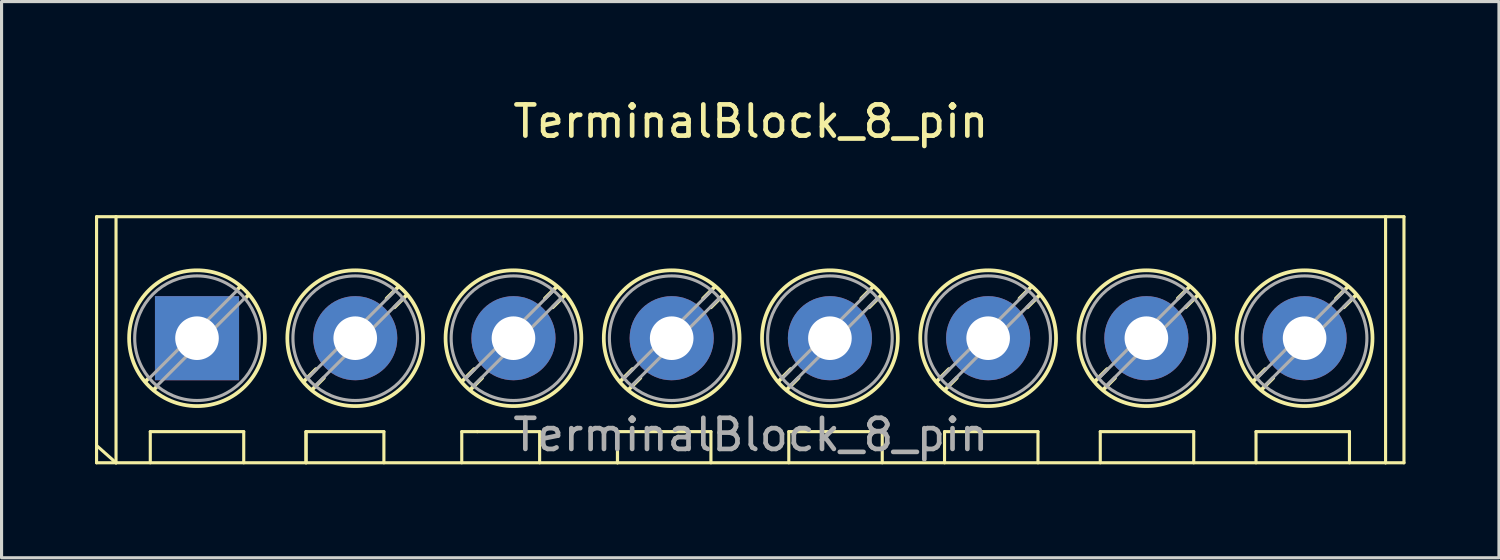
<source format=kicad_pcb>
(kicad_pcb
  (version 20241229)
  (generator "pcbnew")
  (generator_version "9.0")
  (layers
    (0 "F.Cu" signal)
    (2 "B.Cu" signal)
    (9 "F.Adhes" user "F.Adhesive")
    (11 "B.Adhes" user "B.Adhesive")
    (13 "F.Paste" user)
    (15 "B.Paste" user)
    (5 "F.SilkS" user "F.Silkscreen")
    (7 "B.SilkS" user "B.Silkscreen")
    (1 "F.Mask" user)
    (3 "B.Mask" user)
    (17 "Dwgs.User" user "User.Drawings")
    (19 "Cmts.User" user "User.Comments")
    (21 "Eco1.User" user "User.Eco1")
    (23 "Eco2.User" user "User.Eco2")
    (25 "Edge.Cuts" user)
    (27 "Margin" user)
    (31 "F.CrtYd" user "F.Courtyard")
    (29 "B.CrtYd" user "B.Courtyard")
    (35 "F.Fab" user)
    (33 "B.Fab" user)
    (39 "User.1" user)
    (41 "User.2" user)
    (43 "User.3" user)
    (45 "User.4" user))
  (footprint "TerminalBlock_8_pin"
    (layer "F.Cu")
    (at 3.275 7.808)
    (property "Reference" "TerminalBlock_8_pin" (at 17.78 -6.96 0) (layer "F.SilkS") (effects (font (size 1 1) (thickness 0.15))))
    (attr through_hole)
    (fp_line (start -3.225 -3.9) (end -2.6 -3.9) (stroke (width 0.1) (type default)) (layer "F.SilkS"))
    (fp_line (start -3.225 4) (end -3.225 -3.9) (stroke (width 0.1) (type default)) (layer "F.SilkS"))
    (fp_line (start -2.6 -3.9) (end -2.6 4) (stroke (width 0.1) (type default)) (layer "F.SilkS"))
    (fp_line (start -2.6 4) (end -3.225 4) (stroke (width 0.1) (type default)) (layer "F.SilkS"))
    (fp_line (start -2.6 4) (end -3.22 3.45) (stroke (width 0.1) (type default)) (layer "F.SilkS"))
    (fp_line (start -1.548 1.281) (end -1.654 1.388) (stroke (width 0.12) (type solid)) (layer "F.SilkS"))
    (fp_line (start -1.5 3) (end 1.5 3) (stroke (width 0.1) (type default)) (layer "F.SilkS"))
    (fp_line (start -1.5 4) (end -1.5 3) (stroke (width 0.1) (type default)) (layer "F.SilkS"))
    (fp_line (start -1.282 1.547) (end -1.388 1.654) (stroke (width 0.12) (type solid)) (layer "F.SilkS"))
    (fp_line (start 1.388 -1.654) (end 1.281 -1.547) (stroke (width 0.12) (type solid)) (layer "F.SilkS"))
    (fp_line (start 1.5 3) (end 1.5 4) (stroke (width 0.1) (type default)) (layer "F.SilkS"))
    (fp_line (start 1.654 -1.388) (end 1.547 -1.281) (stroke (width 0.12) (type solid)) (layer "F.SilkS"))
    (fp_line (start 3.5 3) (end 3.5 4) (stroke (width 0.1) (type default)) (layer "F.SilkS"))
    (fp_line (start 3.5 3) (end 6 3) (stroke (width 0.1) (type default)) (layer "F.SilkS"))
    (fp_line (start 3.5 4) (end 3.5 3) (stroke (width 0.1) (type default)) (layer "F.SilkS"))
    (fp_line (start 3.822 0.992) (end 3.427 1.388) (stroke (width 0.12) (type solid)) (layer "F.SilkS"))
    (fp_line (start 4.073 1.274) (end 3.693 1.654) (stroke (width 0.12) (type solid)) (layer "F.SilkS"))
    (fp_line (start 6 3) (end 6 4) (stroke (width 0.1) (type default)) (layer "F.SilkS"))
    (fp_line (start 6.468 -1.654) (end 6.088 -1.274) (stroke (width 0.12) (type solid)) (layer "F.SilkS"))
    (fp_line (start 6.734 -1.388) (end 6.339 -0.992) (stroke (width 0.12) (type solid)) (layer "F.SilkS"))
    (fp_line (start 8.5 3) (end 8.5 4) (stroke (width 0.1) (type default)) (layer "F.SilkS"))
    (fp_line (start 8.902 0.992) (end 8.507 1.388) (stroke (width 0.12) (type solid)) (layer "F.SilkS"))
    (fp_line (start 9 3) (end 8.5 3) (stroke (width 0.1) (type default)) (layer "F.SilkS"))
    (fp_line (start 9 3) (end 11 3) (stroke (width 0.1) (type default)) (layer "F.SilkS"))
    (fp_line (start 9.153 1.274) (end 8.773 1.654) (stroke (width 0.12) (type solid)) (layer "F.SilkS"))
    (fp_line (start 11 3) (end 11 4) (stroke (width 0.1) (type default)) (layer "F.SilkS"))
    (fp_line (start 11.548 -1.654) (end 11.168 -1.274) (stroke (width 0.12) (type solid)) (layer "F.SilkS"))
    (fp_line (start 11.814 -1.388) (end 11.419 -0.992) (stroke (width 0.12) (type solid)) (layer "F.SilkS"))
    (fp_line (start 13.5 3) (end 13.5 4) (stroke (width 0.1) (type default)) (layer "F.SilkS"))
    (fp_line (start 13.5 3) (end 16.5 3) (stroke (width 0.1) (type default)) (layer "F.SilkS"))
    (fp_line (start 13.5 4) (end 13.5 3) (stroke (width 0.1) (type default)) (layer "F.SilkS"))
    (fp_line (start 13.982 0.992) (end 13.587 1.388) (stroke (width 0.12) (type solid)) (layer "F.SilkS"))
    (fp_line (start 14.233 1.274) (end 13.853 1.654) (stroke (width 0.12) (type solid)) (layer "F.SilkS"))
    (fp_line (start 16.5 3) (end 16.5 4) (stroke (width 0.1) (type default)) (layer "F.SilkS"))
    (fp_line (start 16.628 -1.654) (end 16.248 -1.274) (stroke (width 0.12) (type solid)) (layer "F.SilkS"))
    (fp_line (start 16.894 -1.388) (end 16.499 -0.992) (stroke (width 0.12) (type solid)) (layer "F.SilkS"))
    (fp_line (start 19 3) (end 19 4) (stroke (width 0.1) (type default)) (layer "F.SilkS"))
    (fp_line (start 19 3) (end 22 3) (stroke (width 0.1) (type default)) (layer "F.SilkS"))
    (fp_line (start 19.062 0.992) (end 18.667 1.388) (stroke (width 0.12) (type solid)) (layer "F.SilkS"))
    (fp_line (start 19.313 1.274) (end 18.933 1.654) (stroke (width 0.12) (type solid)) (layer "F.SilkS"))
    (fp_line (start 21.708 -1.654) (end 21.328 -1.274) (stroke (width 0.12) (type solid)) (layer "F.SilkS"))
    (fp_line (start 21.974 -1.388) (end 21.579 -0.992) (stroke (width 0.12) (type solid)) (layer "F.SilkS"))
    (fp_line (start 22 3) (end 22 4) (stroke (width 0.1) (type default)) (layer "F.SilkS"))
    (fp_line (start 24 3) (end 24 4) (stroke (width 0.1) (type default)) (layer "F.SilkS"))
    (fp_line (start 24 3) (end 27 3) (stroke (width 0.1) (type default)) (layer "F.SilkS"))
    (fp_line (start 24.142 0.992) (end 23.747 1.388) (stroke (width 0.12) (type solid)) (layer "F.SilkS"))
    (fp_line (start 24.393 1.274) (end 24.013 1.654) (stroke (width 0.12) (type solid)) (layer "F.SilkS"))
    (fp_line (start 26.788 -1.654) (end 26.408 -1.274) (stroke (width 0.12) (type solid)) (layer "F.SilkS"))
    (fp_line (start 27 3) (end 27 4) (stroke (width 0.1) (type default)) (layer "F.SilkS"))
    (fp_line (start 27.054 -1.388) (end 26.659 -0.992) (stroke (width 0.12) (type solid)) (layer "F.SilkS"))
    (fp_line (start 29 3) (end 29 4) (stroke (width 0.1) (type default)) (layer "F.SilkS"))
    (fp_line (start 29 3) (end 32 3) (stroke (width 0.1) (type default)) (layer "F.SilkS"))
    (fp_line (start 29.222 0.992) (end 28.827 1.388) (stroke (width 0.12) (type solid)) (layer "F.SilkS"))
    (fp_line (start 29.473 1.274) (end 29.093 1.654) (stroke (width 0.12) (type solid)) (layer "F.SilkS"))
    (fp_line (start 31.868 -1.654) (end 31.488 -1.274) (stroke (width 0.12) (type solid)) (layer "F.SilkS"))
    (fp_line (start 32 3) (end 32 4) (stroke (width 0.1) (type default)) (layer "F.SilkS"))
    (fp_line (start 32.134 -1.388) (end 31.739 -0.992) (stroke (width 0.12) (type solid)) (layer "F.SilkS"))
    (fp_line (start 34 3) (end 34 4) (stroke (width 0.1) (type default)) (layer "F.SilkS"))
    (fp_line (start 34 3) (end 37 3) (stroke (width 0.1) (type default)) (layer "F.SilkS"))
    (fp_line (start 34.302 0.992) (end 33.907 1.388) (stroke (width 0.12) (type solid)) (layer "F.SilkS"))
    (fp_line (start 34.553 1.274) (end 34.173 1.654) (stroke (width 0.12) (type solid)) (layer "F.SilkS"))
    (fp_line (start 36.948 -1.654) (end 36.568 -1.274) (stroke (width 0.12) (type solid)) (layer "F.SilkS"))
    (fp_line (start 37 3) (end 37 4) (stroke (width 0.1) (type default)) (layer "F.SilkS"))
    (fp_line (start 37.214 -1.388) (end 36.819 -0.992) (stroke (width 0.12) (type solid)) (layer "F.SilkS"))
    (fp_line (start 38.16 -3.9) (end -2.6 -3.9) (stroke (width 0.1) (type default)) (layer "F.SilkS"))
    (fp_line (start 38.16 -3.9) (end 38.16 4) (stroke (width 0.1) (type default)) (layer "F.SilkS"))
    (fp_line (start 38.16 4) (end -2.6 4) (stroke (width 0.1) (type default)) (layer "F.SilkS"))
    (fp_line (start 38.16 4) (end 38.75 4) (stroke (width 0.1) (type default)) (layer "F.SilkS"))
    (fp_line (start 38.75 -3.9) (end 38.16 -3.9) (stroke (width 0.1) (type default)) (layer "F.SilkS"))
    (fp_line (start 38.75 4) (end 38.75 -3.9) (stroke (width 0.1) (type default)) (layer "F.SilkS"))
    (fp_circle (center 0 0) (end 2.18 0) (stroke (width 0.12) (type solid)) (fill no) (layer "F.SilkS"))
    (fp_circle (center 5.08 0) (end 7.26 0) (stroke (width 0.12) (type solid)) (fill no) (layer "F.SilkS"))
    (fp_circle (center 10.16 0) (end 12.34 0) (stroke (width 0.12) (type solid)) (fill no) (layer "F.SilkS"))
    (fp_circle (center 15.24 0) (end 17.42 0) (stroke (width 0.12) (type solid)) (fill no) (layer "F.SilkS"))
    (fp_circle (center 20.32 0) (end 22.5 0) (stroke (width 0.12) (type solid)) (fill no) (layer "F.SilkS"))
    (fp_circle (center 25.4 0) (end 27.58 0) (stroke (width 0.12) (type solid)) (fill no) (layer "F.SilkS"))
    (fp_circle (center 30.48 0) (end 32.66 0) (stroke (width 0.12) (type solid)) (fill no) (layer "F.SilkS"))
    (fp_circle (center 35.56 0) (end 37.74 0) (stroke (width 0.12) (type solid)) (fill no) (layer "F.SilkS"))
    (fp_line (start 1.273 -1.517) (end -1.517 1.273) (stroke (width 0.1) (type solid)) (layer "F.Fab"))
    (fp_line (start 1.517 -1.273) (end -1.273 1.517) (stroke (width 0.1) (type solid)) (layer "F.Fab"))
    (fp_line (start 6.353 -1.517) (end 3.564 1.273) (stroke (width 0.1) (type solid)) (layer "F.Fab"))
    (fp_line (start 6.597 -1.273) (end 3.808 1.517) (stroke (width 0.1) (type solid)) (layer "F.Fab"))
    (fp_line (start 11.433 -1.517) (end 8.644 1.273) (stroke (width 0.1) (type solid)) (layer "F.Fab"))
    (fp_line (start 11.677 -1.273) (end 8.888 1.517) (stroke (width 0.1) (type solid)) (layer "F.Fab"))
    (fp_line (start 16.513 -1.517) (end 13.724 1.273) (stroke (width 0.1) (type solid)) (layer "F.Fab"))
    (fp_line (start 16.757 -1.273) (end 13.968 1.517) (stroke (width 0.1) (type solid)) (layer "F.Fab"))
    (fp_line (start 21.593 -1.517) (end 18.804 1.273) (stroke (width 0.1) (type solid)) (layer "F.Fab"))
    (fp_line (start 21.837 -1.273) (end 19.048 1.517) (stroke (width 0.1) (type solid)) (layer "F.Fab"))
    (fp_line (start 26.673 -1.517) (end 23.884 1.273) (stroke (width 0.1) (type solid)) (layer "F.Fab"))
    (fp_line (start 26.917 -1.273) (end 24.128 1.517) (stroke (width 0.1) (type solid)) (layer "F.Fab"))
    (fp_line (start 31.753 -1.517) (end 28.964 1.273) (stroke (width 0.1) (type solid)) (layer "F.Fab"))
    (fp_line (start 31.997 -1.273) (end 29.208 1.517) (stroke (width 0.1) (type solid)) (layer "F.Fab"))
    (fp_line (start 36.833 -1.517) (end 34.044 1.273) (stroke (width 0.1) (type solid)) (layer "F.Fab"))
    (fp_line (start 37.077 -1.273) (end 34.288 1.517) (stroke (width 0.1) (type solid)) (layer "F.Fab"))
    (fp_circle (center 0 0) (end 2 0) (stroke (width 0.1) (type solid)) (fill no) (layer "F.Fab"))
    (fp_circle (center 5.08 0) (end 7.08 0) (stroke (width 0.1) (type solid)) (fill no) (layer "F.Fab"))
    (fp_circle (center 10.16 0) (end 12.16 0) (stroke (width 0.1) (type solid)) (fill no) (layer "F.Fab"))
    (fp_circle (center 15.24 0) (end 17.24 0) (stroke (width 0.1) (type solid)) (fill no) (layer "F.Fab"))
    (fp_circle (center 20.32 0) (end 22.32 0) (stroke (width 0.1) (type solid)) (fill no) (layer "F.Fab"))
    (fp_circle (center 25.4 0) (end 27.4 0) (stroke (width 0.1) (type solid)) (fill no) (layer "F.Fab"))
    (fp_circle (center 30.48 0) (end 32.48 0) (stroke (width 0.1) (type solid)) (fill no) (layer "F.Fab"))
    (fp_circle (center 35.56 0) (end 37.56 0) (stroke (width 0.1) (type solid)) (fill no) (layer "F.Fab"))
    (fp_text user "${REFERENCE}" (at 17.78 3.1 0) (layer "F.Fab") (effects (font (size 1 1) (thickness 0.15))))
    (pad "1" thru_hole rect (at 0 0) (size 2.7 2.7) (drill 1.4) (layers "*.Cu" "*.Mask"))
    (pad "2" thru_hole circle (at 5.08 0) (size 2.7 2.7) (drill 1.4) (layers "*.Cu" "*.Mask"))
    (pad "3" thru_hole circle (at 10.16 0) (size 2.7 2.7) (drill 1.4) (layers "*.Cu" "*.Mask"))
    (pad "4" thru_hole circle (at 15.24 0) (size 2.7 2.7) (drill 1.4) (layers "*.Cu" "*.Mask"))
    (pad "5" thru_hole circle (at 20.32 0) (size 2.7 2.7) (drill 1.4) (layers "*.Cu" "*.Mask"))
    (pad "6" thru_hole circle (at 25.4 0) (size 2.7 2.7) (drill 1.4) (layers "*.Cu" "*.Mask"))
    (pad "7" thru_hole circle (at 30.48 0) (size 2.7 2.7) (drill 1.4) (layers "*.Cu" "*.Mask"))
    (pad "8" thru_hole circle (at 35.56 0) (size 2.7 2.7) (drill 1.4) (layers "*.Cu" "*.Mask")))
  (gr_rect
    (start -3 -3)
    (end 45.075 14.858)
    (stroke (width 0.1) (type default))
    (fill no)
    (layer "Edge.Cuts")))
</source>
